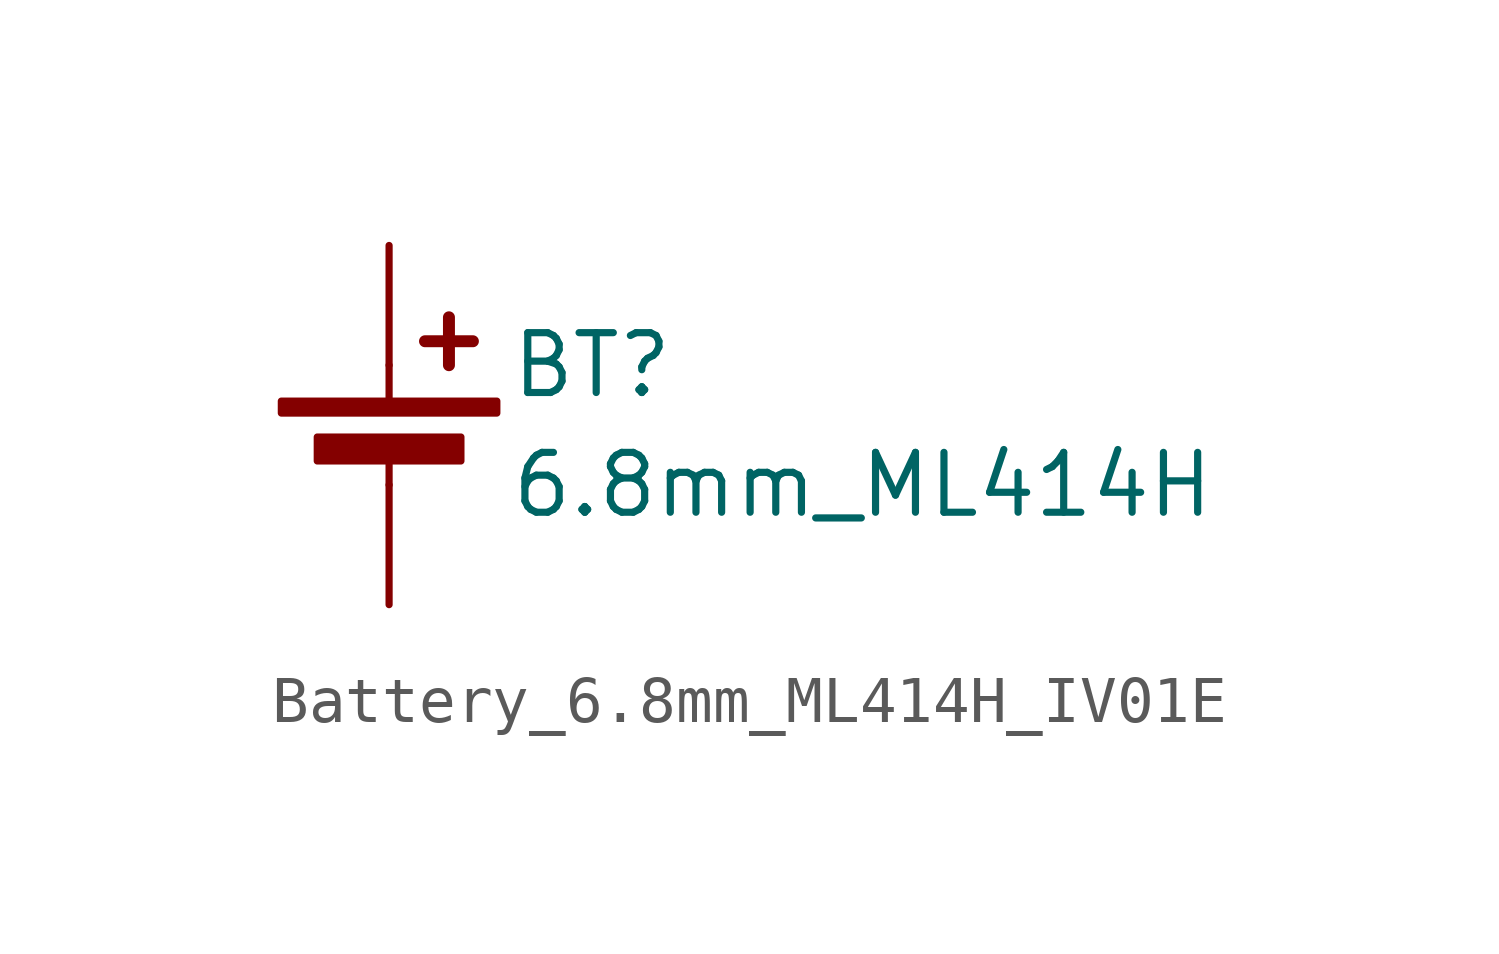
<source format=kicad_sym>
(kicad_symbol_lib
  (version 20220914)
  (generator kicad_symbol_editor)
  (symbol "Battery_6.8mm_ML414H_IV01E"
    (pin_numbers hide)
    (pin_names
      (offset 0) hide)
    (property "Reference" "BT"
      (at 2.54 2.54 0)
      (effects (font (size 1.27 1.27)) (justify left)))
    (property "Value" "6.8mm_ML414H"
      (at 2.54 0 0)
      (effects (font (size 1.27 1.27)) (justify left)))
    (symbol "Battery_6.8mm_ML414H_IV01E_0_1"
      (rectangle (start -2.286 1.778) (end 2.286 1.524) (stroke (width 0) (type default)) (fill (type outline)))
      (rectangle (start -1.524 1.016) (end 1.524 0.508) (stroke (width 0) (type default)) (fill (type outline)))
      (polyline (pts (xy 0 0.762) (xy 0 0)) (stroke (width 0) (type default)) (fill (type none)))
      (polyline (pts (xy 0 1.778) (xy 0 2.54)) (stroke (width 0) (type default)) (fill (type none)))
      (polyline (pts (xy 0.762 3.048) (xy 1.778 3.048)) (stroke (width 0.254) (type default)) (fill (type none)))
      (polyline (pts (xy 1.27 3.556) (xy 1.27 2.54)) (stroke (width 0.254) (type default)) (fill (type none))))
    (symbol "Battery_6.8mm_ML414H_IV01E_1_1"
      (pin passive line (at 0 5.08 270) (length 2.54) (name "+" (effects (font (size 1.27 1.27)))) (number "+" (effects (font (size 1.27 1.27)))))
      (pin passive line (at 0 -2.54 90) (length 2.54) (name "-" (effects (font (size 1.27 1.27)))) (number "-" (effects (font (size 1.27 1.27))))))))
</source>
